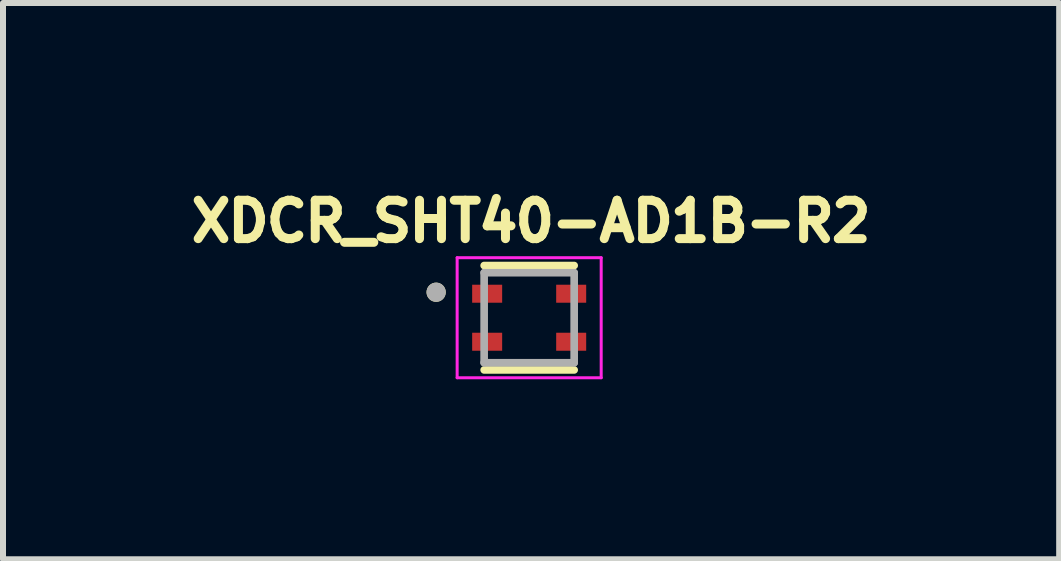
<source format=kicad_pcb>
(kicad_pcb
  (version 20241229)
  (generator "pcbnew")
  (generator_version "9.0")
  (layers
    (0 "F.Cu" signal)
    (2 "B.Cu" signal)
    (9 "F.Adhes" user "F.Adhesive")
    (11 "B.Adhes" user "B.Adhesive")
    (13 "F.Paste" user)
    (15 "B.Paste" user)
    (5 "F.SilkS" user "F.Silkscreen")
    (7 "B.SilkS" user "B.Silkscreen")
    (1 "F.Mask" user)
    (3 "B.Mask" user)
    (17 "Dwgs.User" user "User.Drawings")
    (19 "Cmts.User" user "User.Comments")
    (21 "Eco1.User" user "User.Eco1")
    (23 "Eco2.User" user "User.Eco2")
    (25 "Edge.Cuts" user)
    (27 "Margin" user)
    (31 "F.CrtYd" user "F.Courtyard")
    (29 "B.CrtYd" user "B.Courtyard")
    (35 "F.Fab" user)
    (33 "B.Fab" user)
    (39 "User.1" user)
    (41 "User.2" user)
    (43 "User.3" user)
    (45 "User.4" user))
  (footprint "XDCR_SHT40-AD1B-R2"
    (layer "F.Cu")
    (at 5.767 2.244)
    (property "Reference" "XDCR_SHT40-AD1B-R2" (at 0.032 -1.606 0) (layer "F.SilkS") (effects (font (size 0.64 0.64) (thickness 0.15))))
    (attr through_hole)
    (fp_line (start -0.75 -0.87) (end 0.75 -0.87) (stroke (width 0.127) (type solid)) (layer "F.SilkS"))
    (fp_line (start 0.75 0.87) (end -0.75 0.87) (stroke (width 0.127) (type solid)) (layer "F.SilkS"))
    (fp_circle (center -1.55 -0.425) (end -1.47 -0.425) (stroke (width 0.16) (type solid)) (fill no) (layer "F.SilkS"))
    (fp_line (start -1.2 -1) (end -1.2 1) (stroke (width 0.05) (type solid)) (layer "F.CrtYd"))
    (fp_line (start -1.2 1) (end 1.2 1) (stroke (width 0.05) (type solid)) (layer "F.CrtYd"))
    (fp_line (start 1.2 -1) (end -1.2 -1) (stroke (width 0.05) (type solid)) (layer "F.CrtYd"))
    (fp_line (start 1.2 1) (end 1.2 -1) (stroke (width 0.05) (type solid)) (layer "F.CrtYd"))
    (fp_line (start -0.75 -0.75) (end -0.75 0.75) (stroke (width 0.127) (type solid)) (layer "F.Fab"))
    (fp_line (start -0.75 -0.75) (end 0.75 -0.75) (stroke (width 0.127) (type solid)) (layer "F.Fab"))
    (fp_line (start 0.75 0.75) (end -0.75 0.75) (stroke (width 0.127) (type solid)) (layer "F.Fab"))
    (fp_line (start 0.75 0.75) (end 0.75 -0.75) (stroke (width 0.127) (type solid)) (layer "F.Fab"))
    (fp_circle (center -1.55 -0.425) (end -1.47 -0.425) (stroke (width 0.16) (type solid)) (fill no) (layer "F.Fab"))
    (pad "1" smd rect (at -0.7 -0.4) (size 0.5 0.3) (layers "F.Cu" "F.Mask" "F.Paste"))
    (pad "2" smd rect (at -0.7 0.4) (size 0.5 0.3) (layers "F.Cu" "F.Mask" "F.Paste"))
    (pad "3" smd rect (at 0.7 0.4) (size 0.5 0.3) (layers "F.Cu" "F.Mask" "F.Paste"))
    (pad "4" smd rect (at 0.7 -0.4) (size 0.5 0.3) (layers "F.Cu" "F.Mask" "F.Paste"))
    (zone (net_name "") (layer "F.Cu") (hatch full 0.508) (connect_pads) (min_thickness 0.01) (filled_areas_thickness no) (keepout (tracks not_allowed) (vias not_allowed) (pads not_allowed) (copperpour not_allowed) (footprints allowed)) (placement (enabled no)) (fill) (polygon (pts (xy 5.017 2.004) (xy 5.327 2.004) (xy 5.327 1.684) (xy 5.017 1.684) (xy 5.017 1.494) (xy 6.517 1.494) (xy 6.517 1.684) (xy 6.207 1.684) (xy 6.207 2.004) (xy 6.517 2.004) (xy 6.517 2.484) (xy 6.207 2.484) (xy 6.207 2.804) (xy 6.517 2.804) (xy 6.517 2.994) (xy 5.017 2.994) (xy 5.017 2.804) (xy 5.327 2.804) (xy 5.327 2.484) (xy 5.017 2.484)))))
  (gr_rect
    (start -3 -3)
    (end 14.598 6.269)
    (stroke (width 0.1) (type default))
    (fill no)
    (layer "Edge.Cuts")))
</source>
